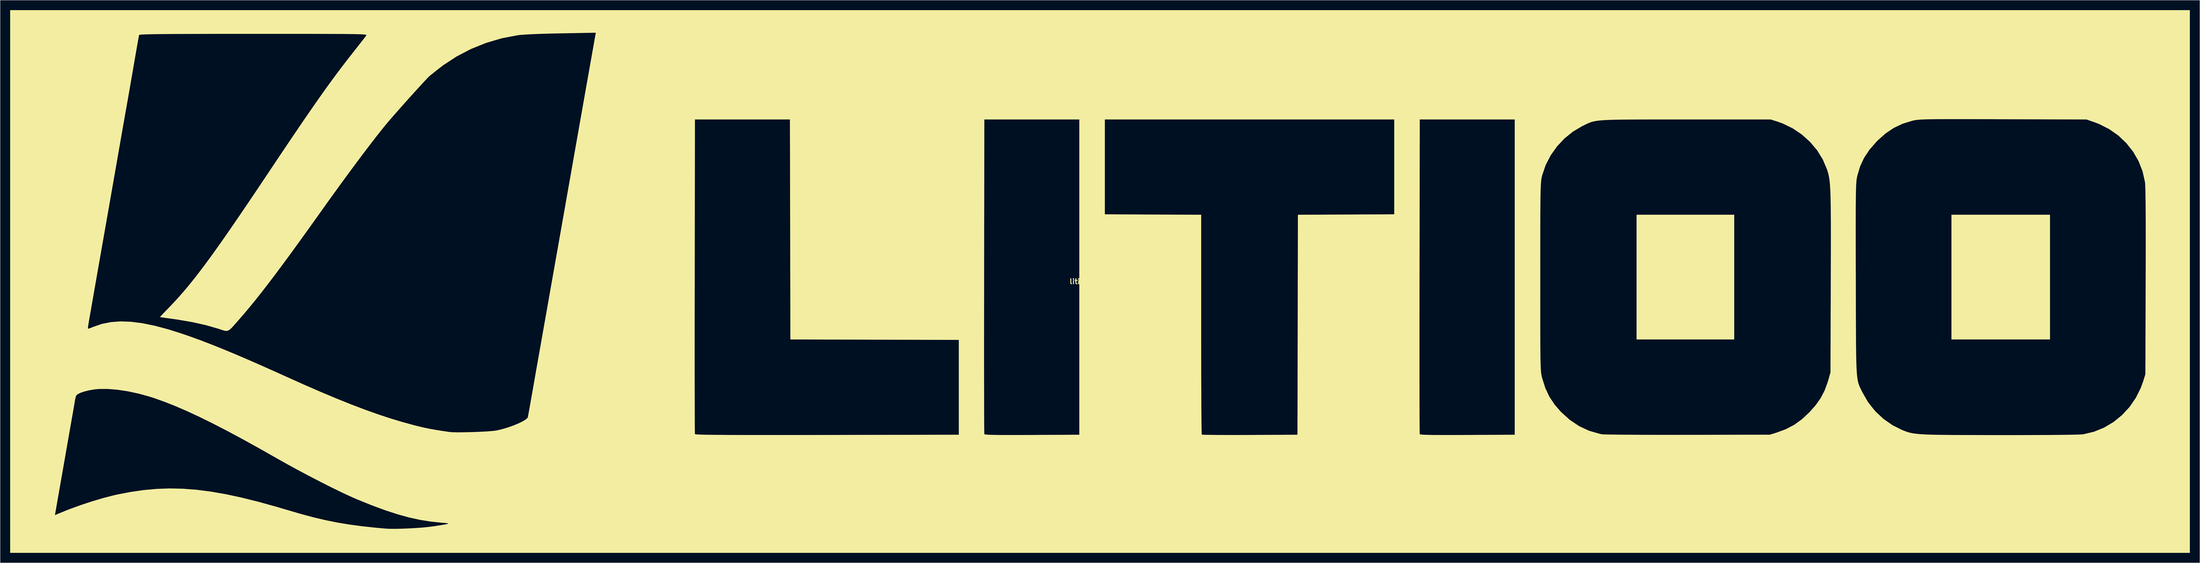
<source format=kicad_pcb>
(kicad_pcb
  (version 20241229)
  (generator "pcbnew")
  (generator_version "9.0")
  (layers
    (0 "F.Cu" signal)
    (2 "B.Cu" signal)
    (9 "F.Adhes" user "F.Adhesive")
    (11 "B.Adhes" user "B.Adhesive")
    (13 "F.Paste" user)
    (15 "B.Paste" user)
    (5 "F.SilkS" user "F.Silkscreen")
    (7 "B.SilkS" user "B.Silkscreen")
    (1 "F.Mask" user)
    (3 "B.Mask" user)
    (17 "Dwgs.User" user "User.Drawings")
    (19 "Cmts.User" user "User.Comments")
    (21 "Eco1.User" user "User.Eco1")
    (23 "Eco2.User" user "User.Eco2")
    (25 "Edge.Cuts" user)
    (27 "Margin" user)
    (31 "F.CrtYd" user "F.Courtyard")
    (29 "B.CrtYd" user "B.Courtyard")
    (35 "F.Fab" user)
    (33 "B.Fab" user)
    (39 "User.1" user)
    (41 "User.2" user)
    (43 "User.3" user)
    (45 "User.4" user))
  (footprint "litioologokicad2"
    (layer "F.Cu")
    (at 327.824 81.761)
    (property "Reference" "litioologokicad2" (at 0 0 0) (layer "F.SilkS") (effects (font (size 1.524 1.524) (thickness 0.3))))
    (attr through_hole)
    (fp_poly (pts (xy 190.765 17.462) (xy 161.396 17.462) (xy 161.396 -20.108) (xy 190.765 -20.108) (xy 190.765 17.462)) (stroke (width 0.01) (type solid)) (fill yes) (layer "F.SilkS"))
    (fp_poly (pts (xy 285.75 17.462) (xy 256.117 17.462) (xy 256.117 -20.108) (xy 285.75 -20.108) (xy 285.75 17.462)) (stroke (width 0.01) (type solid)) (fill yes) (layer "F.SilkS"))
    (fp_poly (pts (xy 327.819 81.756) (xy -327.819 81.756) (xy -327.819 70.398) (xy -314.352 70.398) (xy -313.347 69.964) (xy -310.195 68.683) (xy -306.794 67.437) (xy -303.303 66.279) (xy -299.886 65.261) (xy -296.702 64.435) (xy -295.563 64.178) (xy -291.556 63.406) (xy -287.637 62.84) (xy -283.754 62.487) (xy -279.854 62.351) (xy -275.887 62.436) (xy -271.8 62.748) (xy -267.541 63.291) (xy -263.059 64.07) (xy -258.301 65.09) (xy -253.215 66.355) (xy -247.749 67.87) (xy -244.343 68.878) (xy -240.274 70.067) (xy -236.513 71.072) (xy -232.935 71.917) (xy -229.416 72.626) (xy -225.831 73.223) (xy -222.053 73.731) (xy -217.96 74.174) (xy -214.842 74.458) (xy -213.568 74.517) (xy -211.894 74.523) (xy -209.947 74.48) (xy -207.852 74.397) (xy -205.736 74.277) (xy -203.723 74.127) (xy -201.942 73.952) (xy -200.822 73.808) (xy -198.934 73.522) (xy -197.543 73.3) (xy -196.622 73.129) (xy -196.144 72.998) (xy -196.082 72.897) (xy -196.408 72.814) (xy -197.096 72.738) (xy -198.041 72.664) (xy -201.256 72.338) (xy -204.492 71.82) (xy -207.817 71.091) (xy -211.296 70.132) (xy -214.998 68.924) (xy -218.987 67.449) (xy -223.332 65.688) (xy -223.97 65.419) (xy -225.82 64.599) (xy -228.046 63.554) (xy -230.563 62.328) (xy -233.289 60.962) (xy -236.142 59.498) (xy -239.04 57.98) (xy -241.899 56.45) (xy -244.637 54.949) (xy -247.172 53.521) (xy -247.385 53.399) (xy -252.852 50.292) (xy -257.92 47.486) (xy -262.615 44.966) (xy -266.967 42.72) (xy -271.001 40.734) (xy -274.745 38.996) (xy -278.227 37.491) (xy -281.473 36.207) (xy -284.511 35.13) (xy -285.882 34.69) (xy -289.175 33.777) (xy -292.443 33.077) (xy -295.59 32.603) (xy -298.522 32.367) (xy -301.147 32.382) (xy -302.441 32.504) (xy -304.035 32.775) (xy -305.48 33.13) (xy -306.681 33.538) (xy -307.54 33.965) (xy -307.945 34.349) (xy -308.128 34.878) (xy -308.307 35.674) (xy -308.36 35.983) (xy -308.484 36.758) (xy -308.673 37.877) (xy -308.895 39.162) (xy -309.033 39.952) (xy -309.237 41.108) (xy -309.508 42.647) (xy -309.821 44.43) (xy -310.151 46.318) (xy -310.472 48.154) (xy -310.786 49.953) (xy -311.166 52.128) (xy -311.586 54.535) (xy -312.021 57.029) (xy -312.447 59.464) (xy -312.736 61.119) (xy -313.081 63.094) (xy -313.403 64.938) (xy -313.688 66.573) (xy -313.924 67.926) (xy -314.098 68.921) (xy -314.195 69.482) (xy -314.203 69.529) (xy -314.352 70.398) (xy -327.819 70.398) (xy -327.819 14.17) (xy -304.43 14.17) (xy -304.42 14.226) (xy -304.15 14.179) (xy -303.53 13.965) (xy -302.71 13.637) (xy -300.224 12.783) (xy -297.555 12.245) (xy -294.67 12.027) (xy -291.537 12.132) (xy -288.121 12.561) (xy -284.391 13.317) (xy -280.313 14.403) (xy -276.357 15.652) (xy -273.446 16.659) (xy -270.402 17.773) (xy -267.177 19.015) (xy -263.728 20.401) (xy -260.008 21.951) (xy -255.972 23.684) (xy -251.575 25.619) (xy -246.77 27.774) (xy -245.004 28.574) (xy -239.494 31.048) (xy -234.395 33.271) (xy -229.662 35.262) (xy -225.249 37.037) (xy -221.112 38.613) (xy -217.205 40.009) (xy -213.482 41.24) (xy -209.898 42.324) (xy -206.408 43.28) (xy -205.978 43.39) (xy -204.396 43.783) (xy -202.937 44.116) (xy -201.474 44.412) (xy -199.876 44.698) (xy -198.016 44.996) (xy -195.765 45.332) (xy -195.659 45.347) (xy -194.836 45.412) (xy -193.593 45.443) (xy -192.036 45.442) (xy -190.272 45.413) (xy -188.409 45.36) (xy -186.553 45.287) (xy -184.813 45.196) (xy -183.294 45.092) (xy -182.104 44.977) (xy -181.455 44.88) (xy -179.81 44.488) (xy -178.135 43.988) (xy -176.514 43.417) (xy -175.029 42.809) (xy -173.764 42.2) (xy -172.802 41.625) (xy -172.226 41.121) (xy -172.105 40.889) (xy -172.013 40.421) (xy -171.844 39.504) (xy -171.61 38.21) (xy -171.325 36.612) (xy -171.001 34.782) (xy -170.652 32.791) (xy -170.29 30.714) (xy -170.286 30.692) (xy -170.149 29.909) (xy -169.933 28.681) (xy -169.652 27.083) (xy -169.319 25.191) (xy -168.947 23.081) (xy -168.676 21.549) (xy -121.926 21.549) (xy -121.925 25.539) (xy -121.922 29.255) (xy -121.918 32.67) (xy -121.913 35.756) (xy -121.907 38.488) (xy -121.899 40.838) (xy -121.891 42.779) (xy -121.881 44.286) (xy -121.869 45.33) (xy -121.857 45.886) (xy -121.85 45.972) (xy -121.738 46.018) (xy -121.425 46.06) (xy -120.888 46.097) (xy -120.107 46.13) (xy -119.061 46.159) (xy -117.727 46.183) (xy -116.085 46.204) (xy -114.113 46.221) (xy -111.79 46.235) (xy -109.094 46.245) (xy -106.004 46.251) (xy -102.498 46.255) (xy -98.556 46.255) (xy -94.155 46.253) (xy -89.275 46.248) (xy -83.894 46.24) (xy -82.095 46.237) (xy -42.466 46.17) (xy -42.466 21.549) (xy -34.878 21.549) (xy -34.877 25.54) (xy -34.874 29.256) (xy -34.87 32.67) (xy -34.865 35.757) (xy -34.859 38.489) (xy -34.851 40.839) (xy -34.842 42.78) (xy -34.832 44.287) (xy -34.821 45.331) (xy -34.809 45.887) (xy -34.802 45.974) (xy -34.671 46.049) (xy -34.318 46.111) (xy -33.707 46.162) (xy -32.802 46.201) (xy -31.568 46.229) (xy -29.97 46.247) (xy -27.973 46.256) (xy -25.541 46.256) (xy -22.638 46.248) (xy -20.446 46.238) (xy -6.218 46.17) (xy -6.218 -48.816) (xy 1.455 -48.816) (xy 1.455 -20.241) (xy 15.941 -20.172) (xy 30.427 -20.104) (xy 30.427 12.923) (xy 30.428 17.06) (xy 30.433 21.051) (xy 30.439 24.863) (xy 30.448 28.465) (xy 30.459 31.824) (xy 30.472 34.908) (xy 30.487 37.686) (xy 30.504 40.125) (xy 30.522 42.194) (xy 30.542 43.861) (xy 30.562 45.094) (xy 30.584 45.86) (xy 30.606 46.128) (xy 30.897 46.16) (xy 31.668 46.189) (xy 32.87 46.212) (xy 34.455 46.23) (xy 36.373 46.243) (xy 38.575 46.25) (xy 41.012 46.25) (xy 43.636 46.244) (xy 45.092 46.238) (xy 59.399 46.17) (xy 59.449 21.549) (xy 96.091 21.549) (xy 96.092 25.54) (xy 96.095 29.256) (xy 96.098 32.67) (xy 96.104 35.757) (xy 96.11 38.489) (xy 96.118 40.839) (xy 96.126 42.78) (xy 96.137 44.287) (xy 96.148 45.331) (xy 96.16 45.887) (xy 96.167 45.974) (xy 96.297 46.049) (xy 96.651 46.111) (xy 97.262 46.162) (xy 98.167 46.201) (xy 99.401 46.229) (xy 100.998 46.247) (xy 102.996 46.256) (xy 105.428 46.256) (xy 108.331 46.248) (xy 110.522 46.238) (xy 124.751 46.17) (xy 124.751 -1.323) (xy 132.424 -1.323) (xy 132.424 3.147) (xy 132.425 7.12) (xy 132.427 10.628) (xy 132.431 13.703) (xy 132.437 16.377) (xy 132.446 18.681) (xy 132.459 20.649) (xy 132.476 22.311) (xy 132.499 23.7) (xy 132.526 24.847) (xy 132.56 25.786) (xy 132.601 26.547) (xy 132.648 27.163) (xy 132.704 27.666) (xy 132.769 28.088) (xy 132.842 28.461) (xy 132.925 28.816) (xy 133.005 29.13) (xy 133.94 32.096) (xy 135.168 34.714) (xy 136.765 37.121) (xy 138.615 39.254) (xy 141.253 41.653) (xy 144.078 43.558) (xy 147.095 44.973) (xy 150.311 45.899) (xy 151.032 46.036) (xy 151.473 46.066) (xy 152.404 46.095) (xy 153.786 46.12) (xy 155.579 46.143) (xy 157.744 46.163) (xy 160.243 46.179) (xy 163.035 46.192) (xy 166.081 46.202) (xy 169.343 46.207) (xy 172.782 46.208) (xy 176.357 46.204) (xy 176.874 46.203) (xy 201.48 46.157) (xy 203.45 45.553) (xy 206.3 44.503) (xy 208.825 43.176) (xy 211.157 41.487) (xy 213.404 39.381) (xy 215.295 37.238) (xy 216.778 35.126) (xy 217.939 32.894) (xy 218.866 30.39) (xy 219.129 29.501) (xy 219.724 27.384) (xy 219.812 0.265) (xy 219.827 -4.406) (xy 219.837 -8.579) (xy 219.843 -12.288) (xy 219.842 -15.481) (xy 227.31 -15.481) (xy 227.313 -12.236) (xy 227.319 -8.549) (xy 227.328 -4.391) (xy 227.338 -0.529) (xy 227.349 4.077) (xy 227.359 8.185) (xy 227.369 11.829) (xy 227.382 15.039) (xy 227.398 17.848) (xy 227.42 20.288) (xy 227.45 22.391) (xy 227.49 24.188) (xy 227.542 25.713) (xy 227.607 26.996) (xy 227.688 28.07) (xy 227.786 28.967) (xy 227.904 29.719) (xy 228.042 30.358) (xy 228.204 30.915) (xy 228.391 31.423) (xy 228.605 31.914) (xy 228.848 32.42) (xy 229.121 32.973) (xy 229.363 33.47) (xy 231.05 36.396) (xy 233.156 39.048) (xy 235.622 41.368) (xy 238.388 43.301) (xy 241.154 44.692) (xy 241.781 44.95) (xy 242.369 45.178) (xy 242.953 45.378) (xy 243.569 45.552) (xy 244.253 45.701) (xy 245.039 45.827) (xy 245.964 45.933) (xy 247.063 46.02) (xy 248.371 46.091) (xy 249.924 46.146) (xy 251.758 46.188) (xy 253.908 46.22) (xy 256.409 46.242) (xy 259.297 46.257) (xy 262.607 46.266) (xy 266.375 46.272) (xy 270.637 46.276) (xy 270.669 46.276) (xy 275.107 46.277) (xy 279.167 46.271) (xy 282.829 46.259) (xy 286.078 46.241) (xy 288.894 46.216) (xy 291.262 46.185) (xy 293.163 46.148) (xy 294.581 46.106) (xy 295.498 46.059) (xy 295.804 46.027) (xy 299.013 45.259) (xy 302.046 44.018) (xy 304.86 42.34) (xy 307.413 40.265) (xy 309.662 37.83) (xy 311.565 35.073) (xy 313.079 32.032) (xy 313.842 29.898) (xy 314.446 27.914) (xy 314.532 0) (xy 314.546 -5.13) (xy 314.553 -9.742) (xy 314.553 -13.85) (xy 314.547 -17.466) (xy 314.535 -20.602) (xy 314.515 -23.271) (xy 314.489 -25.484) (xy 314.456 -27.254) (xy 314.416 -28.593) (xy 314.369 -29.514) (xy 314.326 -29.957) (xy 313.602 -33.191) (xy 312.403 -36.254) (xy 310.764 -39.1) (xy 308.726 -41.686) (xy 306.324 -43.966) (xy 303.596 -45.894) (xy 300.582 -47.427) (xy 299.244 -47.94) (xy 296.73 -48.816) (xy 271.652 -48.889) (xy 267.44 -48.902) (xy 263.723 -48.911) (xy 260.467 -48.918) (xy 257.638 -48.921) (xy 255.2 -48.919) (xy 253.12 -48.913) (xy 251.364 -48.902) (xy 249.897 -48.884) (xy 248.685 -48.86) (xy 247.694 -48.829) (xy 246.89 -48.791) (xy 246.237 -48.744) (xy 245.703 -48.688) (xy 245.252 -48.623) (xy 244.851 -48.548) (xy 244.465 -48.462) (xy 244.344 -48.434) (xy 241.434 -47.541) (xy 238.783 -46.286) (xy 236.302 -44.615) (xy 233.9 -42.475) (xy 233.586 -42.157) (xy 231.472 -39.735) (xy 229.835 -37.271) (xy 228.625 -34.674) (xy 227.792 -31.853) (xy 227.687 -31.353) (xy 227.619 -30.973) (xy 227.559 -30.525) (xy 227.506 -29.979) (xy 227.461 -29.302) (xy 227.422 -28.465) (xy 227.39 -27.435) (xy 227.364 -26.182) (xy 227.343 -24.675) (xy 227.328 -22.882) (xy 227.317 -20.773) (xy 227.312 -18.316) (xy 227.31 -15.481) (xy 219.842 -15.481) (xy 219.842 -15.564) (xy 219.834 -18.44) (xy 219.817 -20.949) (xy 219.791 -23.121) (xy 219.755 -24.991) (xy 219.707 -26.589) (xy 219.646 -27.949) (xy 219.571 -29.102) (xy 219.481 -30.081) (xy 219.376 -30.918) (xy 219.253 -31.645) (xy 219.112 -32.295) (xy 218.951 -32.899) (xy 218.771 -33.491) (xy 218.655 -33.842) (xy 217.398 -36.799) (xy 215.684 -39.56) (xy 213.569 -42.074) (xy 211.106 -44.288) (xy 208.348 -46.152) (xy 205.348 -47.614) (xy 203.72 -48.195) (xy 201.745 -48.816) (xy 176.212 -48.816) (xy 171.847 -48.816) (xy 167.976 -48.817) (xy 164.565 -48.815) (xy 161.582 -48.809) (xy 158.991 -48.795) (xy 156.757 -48.773) (xy 154.848 -48.74) (xy 153.229 -48.694) (xy 151.866 -48.632) (xy 150.724 -48.552) (xy 149.769 -48.452) (xy 148.967 -48.331) (xy 148.284 -48.185) (xy 147.685 -48.012) (xy 147.137 -47.811) (xy 146.606 -47.579) (xy 146.056 -47.314) (xy 145.455 -47.013) (xy 145.057 -46.817) (xy 142.257 -45.163) (xy 139.701 -43.093) (xy 137.443 -40.675) (xy 135.539 -37.978) (xy 134.042 -35.071) (xy 133.009 -32.023) (xy 132.911 -31.618) (xy 132.834 -31.257) (xy 132.765 -30.866) (xy 132.704 -30.414) (xy 132.651 -29.868) (xy 132.605 -29.198) (xy 132.565 -28.37) (xy 132.532 -27.354) (xy 132.504 -26.117) (xy 132.482 -24.627) (xy 132.464 -22.853) (xy 132.45 -20.763) (xy 132.44 -18.324) (xy 132.433 -15.506) (xy 132.428 -12.276) (xy 132.425 -8.602) (xy 132.424 -4.453) (xy 132.424 -1.323) (xy 124.751 -1.323) (xy 124.751 -48.816) (xy 96.176 -48.816) (xy 96.108 -1.587) (xy 96.102 3.375) (xy 96.097 8.196) (xy 96.093 12.851) (xy 96.092 17.31) (xy 96.091 21.549) (xy 59.449 21.549) (xy 59.466 13.033) (xy 59.533 -20.104) (xy 88.503 -20.241) (xy 88.503 -48.816) (xy 1.455 -48.816) (xy -6.218 -48.816) (xy -34.793 -48.816) (xy -34.861 -1.587) (xy -34.867 3.375) (xy -34.872 8.196) (xy -34.875 12.851) (xy -34.877 17.31) (xy -34.878 21.549) (xy -42.466 21.549) (xy -42.466 17.595) (xy -67.798 17.527) (xy -93.131 17.46) (xy -93.198 -15.678) (xy -93.266 -48.816) (xy -121.841 -48.816) (xy -121.909 -1.587) (xy -121.915 3.375) (xy -121.92 8.196) (xy -121.923 12.85) (xy -121.925 17.31) (xy -121.926 21.549) (xy -168.676 21.549) (xy -168.549 20.828) (xy -168.164 18.653) (xy -167.748 16.299) (xy -167.34 13.985) (xy -166.952 11.792) (xy -166.602 9.803) (xy -166.301 8.1) (xy -166.066 6.763) (xy -165.924 5.953) (xy -165.754 4.988) (xy -165.508 3.588) (xy -165.2 1.837) (xy -164.845 -0.177) (xy -164.458 -2.369) (xy -164.055 -4.654) (xy -163.779 -6.218) (xy -163.462 -8.014) (xy -163.065 -10.265) (xy -162.6 -12.907) (xy -162.077 -15.872) (xy -161.509 -19.096) (xy -160.907 -22.513) (xy -160.283 -26.057) (xy -159.648 -29.663) (xy -159.014 -33.264) (xy -158.466 -36.38) (xy -157.861 -39.813) (xy -157.261 -43.225) (xy -156.673 -46.562) (xy -156.108 -49.767) (xy -155.575 -52.787) (xy -155.085 -55.566) (xy -154.647 -58.048) (xy -154.271 -60.179) (xy -153.967 -61.903) (xy -153.743 -63.164) (xy -153.731 -63.235) (xy -153.389 -65.163) (xy -153.043 -67.115) (xy -152.716 -68.963) (xy -152.43 -70.579) (xy -152.209 -71.833) (xy -152.167 -72.073) (xy -151.659 -74.957) (xy -162.017 -74.771) (xy -165.175 -74.704) (xy -168.001 -74.623) (xy -170.454 -74.53) (xy -172.496 -74.426) (xy -174.085 -74.314) (xy -175.12 -74.204) (xy -179.924 -73.287) (xy -184.636 -71.897) (xy -189.186 -70.064) (xy -193.502 -67.818) (xy -197.516 -65.19) (xy -199.297 -63.814) (xy -200.169 -63.11) (xy -200.916 -62.516) (xy -201.421 -62.125) (xy -201.531 -62.045) (xy -201.847 -61.752) (xy -202.464 -61.116) (xy -203.332 -60.189) (xy -204.403 -59.027) (xy -205.629 -57.683) (xy -206.96 -56.212) (xy -208.348 -54.666) (xy -209.744 -53.1) (xy -211.1 -51.569) (xy -212.366 -50.125) (xy -213.495 -48.824) (xy -214.149 -48.059) (xy -215.543 -46.373) (xy -217.204 -44.286) (xy -219.104 -41.837) (xy -221.214 -39.064) (xy -223.505 -36.006) (xy -225.949 -32.701) (xy -228.517 -29.187) (xy -231.179 -25.503) (xy -233.909 -21.686) (xy -234.278 -21.167) (xy -237.513 -16.626) (xy -240.478 -12.496) (xy -243.197 -8.744) (xy -245.692 -5.34) (xy -247.986 -2.254) (xy -250.104 0.546) (xy -252.068 3.091) (xy -253.902 5.411) (xy -255.629 7.536) (xy -257.272 9.498) (xy -258.855 11.328) (xy -258.898 11.377) (xy -260.044 12.688) (xy -260.904 13.657) (xy -261.564 14.321) (xy -262.106 14.717) (xy -262.616 14.882) (xy -263.177 14.854) (xy -263.873 14.669) (xy -264.788 14.364) (xy -265.288 14.2) (xy -268.928 13.154) (xy -272.887 12.264) (xy -277.254 11.51) (xy -278.474 11.332) (xy -279.902 11.132) (xy -281.13 10.958) (xy -282.071 10.823) (xy -282.635 10.741) (xy -282.758 10.721) (xy -282.602 10.536) (xy -282.14 10.038) (xy -281.433 9.295) (xy -280.545 8.373) (xy -280.077 7.89) (xy -278.641 6.384) (xy -277.214 4.826) (xy -275.776 3.188) (xy -274.304 1.442) (xy -272.779 -0.441) (xy -271.179 -2.489) (xy -269.483 -4.731) (xy -267.67 -7.195) (xy -265.719 -9.911) (xy -263.609 -12.905) (xy -261.32 -16.208) (xy -258.83 -19.847) (xy -256.118 -23.851) (xy -253.163 -28.248) (xy -250.293 -32.544) (xy -247.373 -36.918) (xy -244.715 -40.885) (xy -242.291 -44.482) (xy -240.078 -47.745) (xy -238.047 -50.712) (xy -236.175 -53.419) (xy -234.434 -55.904) (xy -232.798 -58.204) (xy -231.242 -60.355) (xy -229.739 -62.395) (xy -228.264 -64.36) (xy -226.791 -66.288) (xy -225.293 -68.215) (xy -224.567 -69.139) (xy -223.506 -70.487) (xy -222.539 -71.72) (xy -221.721 -72.768) (xy -221.105 -73.562) (xy -220.747 -74.031) (xy -220.696 -74.1) (xy -220.652 -74.174) (xy -220.646 -74.241) (xy -220.706 -74.3) (xy -220.857 -74.353) (xy -221.128 -74.399) (xy -221.543 -74.44) (xy -222.13 -74.475) (xy -222.915 -74.505) (xy -223.924 -74.53) (xy -225.185 -74.551) (xy -226.724 -74.568) (xy -228.566 -74.582) (xy -230.74 -74.592) (xy -233.271 -74.6) (xy -236.185 -74.606) (xy -239.511 -74.609) (xy -243.273 -74.611) (xy -247.498 -74.612) (xy -252.214 -74.612) (xy -254.637 -74.612) (xy -259.784 -74.612) (xy -264.425 -74.609) (xy -268.581 -74.603) (xy -272.277 -74.596) (xy -275.535 -74.585) (xy -278.378 -74.572) (xy -280.828 -74.556) (xy -282.909 -74.536) (xy -284.643 -74.513) (xy -286.053 -74.486) (xy -287.161 -74.455) (xy -287.991 -74.42) (xy -288.565 -74.38) (xy -288.907 -74.336) (xy -289.038 -74.287) (xy -289.04 -74.282) (xy -289.107 -73.95) (xy -289.252 -73.16) (xy -289.464 -71.975) (xy -289.731 -70.459) (xy -290.042 -68.675) (xy -290.386 -66.687) (xy -290.638 -65.22) (xy -291.039 -62.892) (xy -291.45 -60.517) (xy -291.851 -58.201) (xy -292.226 -56.051) (xy -292.555 -54.172) (xy -292.82 -52.672) (xy -292.894 -52.255) (xy -293.147 -50.832) (xy -293.469 -49.009) (xy -293.839 -46.907) (xy -294.236 -44.648) (xy -294.637 -42.354) (xy -294.987 -40.347) (xy -295.351 -38.257) (xy -295.707 -36.211) (xy -296.039 -34.303) (xy -296.331 -32.628) (xy -296.566 -31.278) (xy -296.728 -30.349) (xy -296.738 -30.293) (xy -296.877 -29.499) (xy -297.094 -28.255) (xy -297.378 -26.633) (xy -297.716 -24.704) (xy -298.095 -22.54) (xy -298.503 -20.213) (xy -298.927 -17.792) (xy -299.355 -15.352) (xy -299.774 -12.961) (xy -300.172 -10.693) (xy -300.535 -8.619) (xy -300.853 -6.809) (xy -301.096 -5.424) (xy -301.297 -4.28) (xy -301.566 -2.74) (xy -301.882 -0.932) (xy -302.222 1.018) (xy -302.565 2.984) (xy -302.668 3.572) (xy -302.997 5.461) (xy -303.321 7.32) (xy -303.621 9.038) (xy -303.877 10.502) (xy -304.068 11.599) (xy -304.12 11.896) (xy -304.287 12.916) (xy -304.396 13.716) (xy -304.43 14.17) (xy -327.819 14.17) (xy -327.819 -81.756) (xy 327.819 -81.756) (xy 327.819 81.756)) (stroke (width 0.01) (type solid)) (fill yes) (layer "F.SilkS")))
  (gr_rect
    (start -3 -3)
    (end 658.648 166.523)
    (stroke (width 0.1) (type default))
    (fill no)
    (layer "Edge.Cuts")))
</source>
